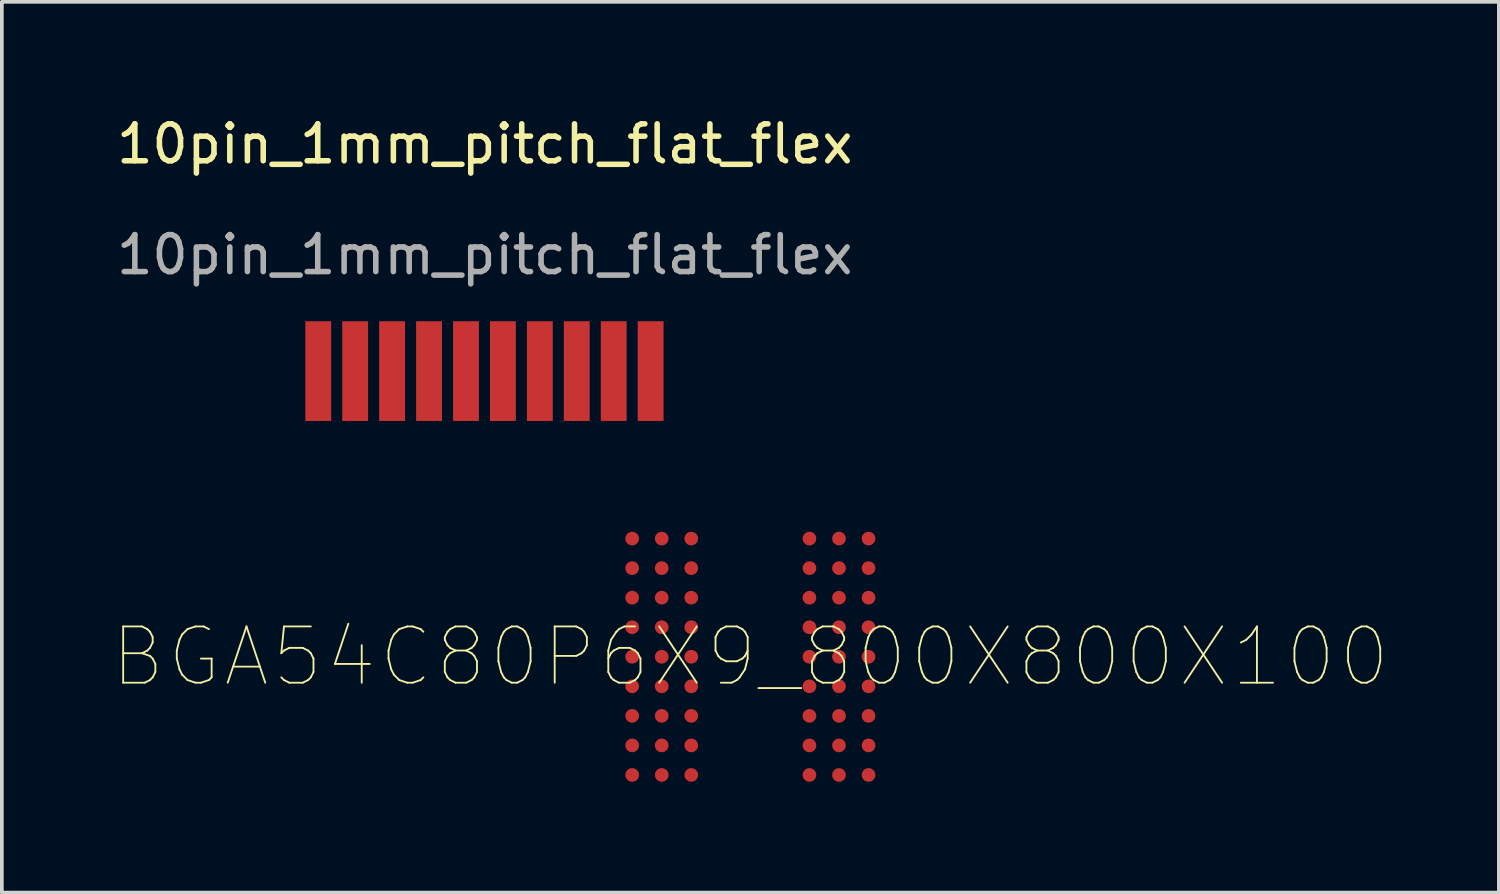
<source format=kicad_pcb>
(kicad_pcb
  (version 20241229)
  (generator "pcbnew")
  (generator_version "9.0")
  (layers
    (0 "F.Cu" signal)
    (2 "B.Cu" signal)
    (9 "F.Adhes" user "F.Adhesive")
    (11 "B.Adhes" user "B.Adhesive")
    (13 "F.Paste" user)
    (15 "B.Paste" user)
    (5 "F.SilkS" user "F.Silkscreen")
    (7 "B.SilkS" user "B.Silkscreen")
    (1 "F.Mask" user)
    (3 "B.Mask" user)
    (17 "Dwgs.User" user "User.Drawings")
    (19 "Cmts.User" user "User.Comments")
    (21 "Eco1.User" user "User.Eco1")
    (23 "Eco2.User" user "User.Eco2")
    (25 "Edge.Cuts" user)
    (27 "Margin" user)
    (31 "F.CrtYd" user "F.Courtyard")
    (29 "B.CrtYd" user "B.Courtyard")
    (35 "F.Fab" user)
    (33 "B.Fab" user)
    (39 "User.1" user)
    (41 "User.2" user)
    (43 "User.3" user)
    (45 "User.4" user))
  (footprint "BGA54C80P6X9_800X800X100"
    (layer "F.Cu")
    (at 17.267 14.733)
    (property "Reference" "BGA54C80P6X9_800X800X100" (at 0 0 0) (layer "F.SilkS") (effects (font (size 1.524 1.524) (thickness 0.05))))
    (attr smd)
    (pad "A1" smd circle (at 3.2 3.2 90) (size 0.37 0.37) (layers "F.Cu"))
    (pad "A2" smd circle (at 2.4 3.2 90) (size 0.37 0.37) (layers "F.Cu"))
    (pad "A3" smd circle (at 1.6 3.2 90) (size 0.37 0.37) (layers "F.Cu"))
    (pad "A7" smd circle (at -1.6 3.2 90) (size 0.37 0.37) (layers "F.Cu"))
    (pad "A8" smd circle (at -2.4 3.2 90) (size 0.37 0.37) (layers "F.Cu"))
    (pad "A9" smd circle (at -3.2 3.2 90) (size 0.37 0.37) (layers "F.Cu"))
    (pad "B1" smd circle (at 3.2 2.4 90) (size 0.37 0.37) (layers "F.Cu"))
    (pad "B2" smd circle (at 2.4 2.4 90) (size 0.37 0.37) (layers "F.Cu"))
    (pad "B3" smd circle (at 1.6 2.4 90) (size 0.37 0.37) (layers "F.Cu"))
    (pad "B7" smd circle (at -1.6 2.4 90) (size 0.37 0.37) (layers "F.Cu"))
    (pad "B8" smd circle (at -2.4 2.4 90) (size 0.37 0.37) (layers "F.Cu"))
    (pad "B9" smd circle (at -3.2 2.4 90) (size 0.37 0.37) (layers "F.Cu"))
    (pad "C1" smd circle (at 3.2 1.6 90) (size 0.37 0.37) (layers "F.Cu"))
    (pad "C2" smd circle (at 2.4 1.6 90) (size 0.37 0.37) (layers "F.Cu"))
    (pad "C3" smd circle (at 1.6 1.6 90) (size 0.37 0.37) (layers "F.Cu"))
    (pad "C7" smd circle (at -1.6 1.6 90) (size 0.37 0.37) (layers "F.Cu"))
    (pad "C8" smd circle (at -2.4 1.6 90) (size 0.37 0.37) (layers "F.Cu"))
    (pad "C9" smd circle (at -3.2 1.6 90) (size 0.37 0.37) (layers "F.Cu"))
    (pad "D1" smd circle (at 3.2 0.8 90) (size 0.37 0.37) (layers "F.Cu"))
    (pad "D2" smd circle (at 2.4 0.8 90) (size 0.37 0.37) (layers "F.Cu"))
    (pad "D3" smd circle (at 1.6 0.8 90) (size 0.37 0.37) (layers "F.Cu"))
    (pad "D7" smd circle (at -1.6 0.8 90) (size 0.37 0.37) (layers "F.Cu"))
    (pad "D8" smd circle (at -2.4 0.8 90) (size 0.37 0.37) (layers "F.Cu"))
    (pad "D9" smd circle (at -3.2 0.8 90) (size 0.37 0.37) (layers "F.Cu"))
    (pad "E1" smd circle (at 3.2 0 90) (size 0.37 0.37) (layers "F.Cu"))
    (pad "E2" smd circle (at 2.4 0 90) (size 0.37 0.37) (layers "F.Cu"))
    (pad "E3" smd circle (at 1.6 0 90) (size 0.37 0.37) (layers "F.Cu"))
    (pad "E7" smd circle (at -1.6 0 90) (size 0.37 0.37) (layers "F.Cu"))
    (pad "E8" smd circle (at -2.4 0 90) (size 0.37 0.37) (layers "F.Cu"))
    (pad "E9" smd circle (at -3.2 0 90) (size 0.37 0.37) (layers "F.Cu"))
    (pad "F1" smd circle (at 3.2 -0.8 90) (size 0.37 0.37) (layers "F.Cu"))
    (pad "F2" smd circle (at 2.4 -0.8 90) (size 0.37 0.37) (layers "F.Cu"))
    (pad "F3" smd circle (at 1.6 -0.8 90) (size 0.37 0.37) (layers "F.Cu"))
    (pad "F7" smd circle (at -1.6 -0.8 90) (size 0.37 0.37) (layers "F.Cu"))
    (pad "F8" smd circle (at -2.4 -0.8 90) (size 0.37 0.37) (layers "F.Cu"))
    (pad "F9" smd circle (at -3.2 -0.8 90) (size 0.37 0.37) (layers "F.Cu"))
    (pad "G1" smd circle (at 3.2 -1.6 90) (size 0.37 0.37) (layers "F.Cu"))
    (pad "G2" smd circle (at 2.4 -1.6 90) (size 0.37 0.37) (layers "F.Cu"))
    (pad "G3" smd circle (at 1.6 -1.6 90) (size 0.37 0.37) (layers "F.Cu"))
    (pad "G7" smd circle (at -1.6 -1.6 90) (size 0.37 0.37) (layers "F.Cu"))
    (pad "G8" smd circle (at -2.4 -1.6 90) (size 0.37 0.37) (layers "F.Cu"))
    (pad "G9" smd circle (at -3.2 -1.6 90) (size 0.37 0.37) (layers "F.Cu"))
    (pad "H1" smd circle (at 3.2 -2.4 90) (size 0.37 0.37) (layers "F.Cu"))
    (pad "H2" smd circle (at 2.4 -2.4 90) (size 0.37 0.37) (layers "F.Cu"))
    (pad "H3" smd circle (at 1.6 -2.4 90) (size 0.37 0.37) (layers "F.Cu"))
    (pad "H7" smd circle (at -1.6 -2.4 90) (size 0.37 0.37) (layers "F.Cu"))
    (pad "H8" smd circle (at -2.4 -2.4 90) (size 0.37 0.37) (layers "F.Cu"))
    (pad "H9" smd circle (at -3.2 -2.4 90) (size 0.37 0.37) (layers "F.Cu"))
    (pad "J1" smd circle (at 3.2 -3.2 90) (size 0.37 0.37) (layers "F.Cu"))
    (pad "J2" smd circle (at 2.4 -3.2 90) (size 0.37 0.37) (layers "F.Cu"))
    (pad "J3" smd circle (at 1.6 -3.2 90) (size 0.37 0.37) (layers "F.Cu"))
    (pad "J7" smd circle (at -1.6 -3.2 90) (size 0.37 0.37) (layers "F.Cu"))
    (pad "J8" smd circle (at -2.4 -3.2 90) (size 0.37 0.37) (layers "F.Cu"))
    (pad "J9" smd circle (at -3.2 -3.2 90) (size 0.37 0.37) (layers "F.Cu")))
  (footprint "10pin_1mm_pitch_flat_flex"
    (layer "F.Cu")
    (at 10.067 6.998)
    (property "Reference" "10pin_1mm_pitch_flat_flex" (at 0.01 -6.15 0) (unlocked yes) (layer "F.SilkS") (effects (font (size 1 1) (thickness 0.15))))
    (attr smd)
    (fp_text user "${REFERENCE}" (at 0.01 -3.15 0) (unlocked yes) (layer "F.Fab") (effects (font (size 1 1) (thickness 0.15))))
    (pad "1" smd rect (at -4.5 0) (size 0.7 2.7) (layers "F.Cu" "F.Mask" "F.Paste"))
    (pad "2" smd rect (at -3.5 0) (size 0.7 2.7) (layers "F.Cu" "F.Mask" "F.Paste"))
    (pad "3" smd rect (at -2.5 0) (size 0.7 2.7) (layers "F.Cu" "F.Mask" "F.Paste"))
    (pad "4" smd rect (at -1.5 0) (size 0.7 2.7) (layers "F.Cu" "F.Mask" "F.Paste"))
    (pad "5" smd rect (at -0.5 0) (size 0.7 2.7) (layers "F.Cu" "F.Mask" "F.Paste"))
    (pad "6" smd rect (at 0.5 0) (size 0.7 2.7) (layers "F.Cu" "F.Mask" "F.Paste"))
    (pad "7" smd rect (at 1.5 0) (size 0.7 2.7) (layers "F.Cu" "F.Mask" "F.Paste"))
    (pad "8" smd rect (at 2.5 0) (size 0.7 2.7) (layers "F.Cu" "F.Mask" "F.Paste"))
    (pad "9" smd rect (at 3.5 0) (size 0.7 2.7) (layers "F.Cu" "F.Mask" "F.Paste"))
    (pad "10" smd rect (at 4.5 0) (size 0.7 2.7) (layers "F.Cu" "F.Mask" "F.Paste")))
  (gr_rect
    (start -3 -3)
    (end 37.534 21.118)
    (stroke (width 0.1) (type default))
    (fill no)
    (layer "Edge.Cuts")))
</source>
